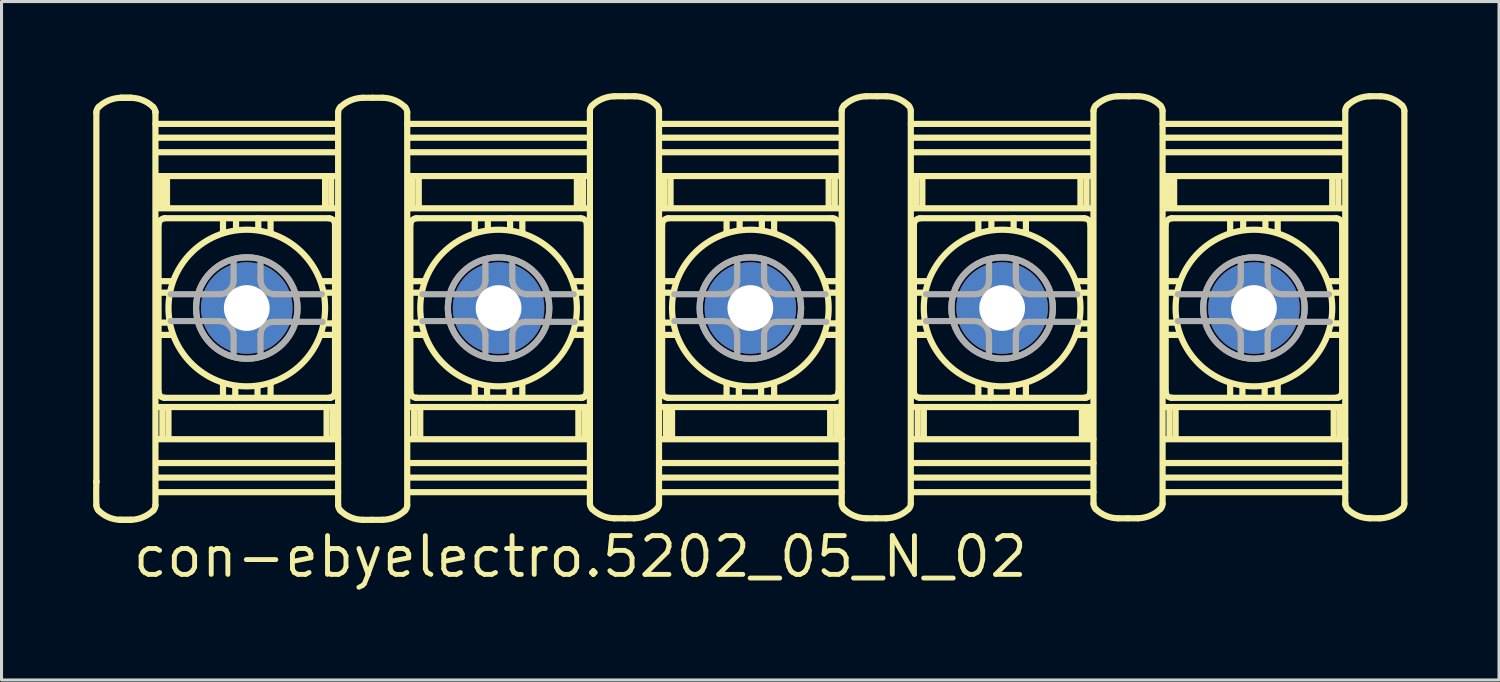
<source format=kicad_pcb>
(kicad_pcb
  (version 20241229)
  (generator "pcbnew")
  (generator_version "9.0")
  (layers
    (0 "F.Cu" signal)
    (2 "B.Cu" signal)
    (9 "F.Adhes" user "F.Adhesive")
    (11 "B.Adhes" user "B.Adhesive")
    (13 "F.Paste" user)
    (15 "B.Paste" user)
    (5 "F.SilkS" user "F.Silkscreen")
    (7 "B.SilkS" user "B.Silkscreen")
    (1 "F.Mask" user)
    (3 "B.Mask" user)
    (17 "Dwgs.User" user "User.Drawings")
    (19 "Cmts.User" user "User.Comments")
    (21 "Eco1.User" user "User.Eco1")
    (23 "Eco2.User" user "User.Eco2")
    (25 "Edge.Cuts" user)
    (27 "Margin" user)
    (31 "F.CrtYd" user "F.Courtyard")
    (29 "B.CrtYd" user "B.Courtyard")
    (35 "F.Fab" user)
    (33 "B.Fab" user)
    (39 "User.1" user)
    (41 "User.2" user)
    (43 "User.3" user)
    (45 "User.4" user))
  (footprint "con-ebyelectro.5202_05_N_02"
    (layer "F.Cu")
    (at 21.536 7.043)
    (property "Reference" "con-ebyelectro.5202_05_N_02" (at -20.31 8.89 0) (layer "F.SilkS") (effects (font (size 1.27 1.27) (thickness 0.16)) (justify left bottom)))
    (attr through_hole)
    (fp_line (start -21.429 -6.411) (end -21.429 5.682) (stroke (width 0.203) (type default)) (layer "F.SilkS"))
    (fp_line (start -21.429 5.682) (end -21.429 5.707) (stroke (width 0.203) (type default)) (layer "F.SilkS"))
    (fp_line (start -19.493 -6.411) (end -19.493 -6.436) (stroke (width 0.203) (type default)) (layer "F.SilkS"))
    (fp_line (start -19.493 6.461) (end -19.493 -6.411) (stroke (width 0.203) (type default)) (layer "F.SilkS"))
    (fp_line (start -19.467 3.243) (end -13.558 3.243) (stroke (width 0.203) (type default)) (layer "F.SilkS"))
    (fp_line (start -19.467 4.299) (end -13.508 4.299) (stroke (width 0.203) (type default)) (layer "F.SilkS"))
    (fp_line (start -19.467 5.079) (end -13.508 5.079) (stroke (width 0.203) (type default)) (layer "F.SilkS"))
    (fp_line (start -19.467 5.556) (end -13.533 5.556) (stroke (width 0.203) (type default)) (layer "F.SilkS"))
    (fp_line (start -19.467 6.034) (end -13.508 6.034) (stroke (width 0.203) (type default)) (layer "F.SilkS"))
    (fp_line (start -19.442 0.88) (end -18.939 0.88) (stroke (width 0.203) (type default)) (layer "F.SilkS"))
    (fp_line (start -19.391 -2.741) (end -19.391 2.74) (stroke (width 0.203) (type default)) (layer "F.SilkS"))
    (fp_line (start -19.366 -0.88) (end -18.939 -0.88) (stroke (width 0.203) (type default)) (layer "F.SilkS"))
    (fp_line (start -19.366 -0.503) (end -19.039 -0.503) (stroke (width 0.203) (type default)) (layer "F.SilkS"))
    (fp_line (start -19.366 0.478) (end -19.039 0.478) (stroke (width 0.203) (type default)) (layer "F.SilkS"))
    (fp_line (start -19.314 -3.319) (end -19.314 -4.299) (stroke (width 0.203) (type default)) (layer "F.SilkS"))
    (fp_line (start -19.266 3.268) (end -19.266 4.274) (stroke (width 0.203) (type default)) (layer "F.SilkS"))
    (fp_line (start -19.19 2.942) (end -19.19 2.942) (stroke (width 0.203) (type default)) (layer "F.SilkS"))
    (fp_line (start -19.19 2.942) (end -13.785 2.942) (stroke (width 0.203) (type default)) (layer "F.SilkS"))
    (fp_line (start -19.115 -3.294) (end -19.115 -4.274) (stroke (width 0.203) (type default)) (layer "F.SilkS"))
    (fp_line (start -19.066 3.293) (end -19.066 4.274) (stroke (width 0.203) (type default)) (layer "F.SilkS"))
    (fp_line (start -17.279 -2.464) (end -17.279 -2.917) (stroke (width 0.203) (type default)) (layer "F.SilkS"))
    (fp_line (start -17.279 2.917) (end -17.279 2.489) (stroke (width 0.203) (type default)) (layer "F.SilkS"))
    (fp_line (start -16.877 2.942) (end -16.877 2.564) (stroke (width 0.203) (type default)) (layer "F.SilkS"))
    (fp_line (start -16.852 -2.564) (end -16.852 -2.917) (stroke (width 0.203) (type default)) (layer "F.SilkS"))
    (fp_line (start -16.148 2.564) (end -16.148 2.917) (stroke (width 0.203) (type default)) (layer "F.SilkS"))
    (fp_line (start -16.123 -2.942) (end -16.123 -2.564) (stroke (width 0.203) (type default)) (layer "F.SilkS"))
    (fp_line (start -15.721 -2.917) (end -15.721 -2.489) (stroke (width 0.203) (type default)) (layer "F.SilkS"))
    (fp_line (start -15.721 2.464) (end -15.721 2.917) (stroke (width 0.203) (type default)) (layer "F.SilkS"))
    (fp_line (start -13.934 -3.319) (end -13.934 -4.274) (stroke (width 0.203) (type default)) (layer "F.SilkS"))
    (fp_line (start -13.885 3.294) (end -13.885 4.274) (stroke (width 0.203) (type default)) (layer "F.SilkS"))
    (fp_line (start -13.811 -2.942) (end -19.192 -2.942) (stroke (width 0.203) (type default)) (layer "F.SilkS"))
    (fp_line (start -13.734 -3.294) (end -13.734 -4.249) (stroke (width 0.203) (type default)) (layer "F.SilkS"))
    (fp_line (start -13.685 3.293) (end -13.685 4.274) (stroke (width 0.203) (type default)) (layer "F.SilkS"))
    (fp_line (start -13.634 -0.88) (end -14.061 -0.88) (stroke (width 0.203) (type default)) (layer "F.SilkS"))
    (fp_line (start -13.634 -0.503) (end -13.935 -0.503) (stroke (width 0.203) (type default)) (layer "F.SilkS"))
    (fp_line (start -13.634 0.503) (end -13.961 0.503) (stroke (width 0.203) (type default)) (layer "F.SilkS"))
    (fp_line (start -13.634 0.88) (end -14.061 0.88) (stroke (width 0.203) (type default)) (layer "F.SilkS"))
    (fp_line (start -13.609 2.766) (end -13.609 -2.74) (stroke (width 0.203) (type default)) (layer "F.SilkS"))
    (fp_line (start -13.557 -5.581) (end -19.465 -5.581) (stroke (width 0.203) (type default)) (layer "F.SilkS"))
    (fp_line (start -13.557 -5.104) (end -19.465 -5.104) (stroke (width 0.203) (type default)) (layer "F.SilkS"))
    (fp_line (start -13.557 -4.324) (end -19.465 -4.324) (stroke (width 0.203) (type default)) (layer "F.SilkS"))
    (fp_line (start -13.557 -3.268) (end -19.415 -3.268) (stroke (width 0.203) (type default)) (layer "F.SilkS"))
    (fp_line (start -13.533 -6.034) (end -19.492 -6.034) (stroke (width 0.203) (type default)) (layer "F.SilkS"))
    (fp_line (start -13.507 -6.411) (end -13.507 6.462) (stroke (width 0.203) (type default)) (layer "F.SilkS"))
    (fp_line (start -11.243 6.461) (end -11.243 -6.411) (stroke (width 0.203) (type default)) (layer "F.SilkS"))
    (fp_line (start -11.217 3.243) (end -5.308 3.243) (stroke (width 0.203) (type default)) (layer "F.SilkS"))
    (fp_line (start -11.217 4.299) (end -5.258 4.299) (stroke (width 0.203) (type default)) (layer "F.SilkS"))
    (fp_line (start -11.217 5.079) (end -5.258 5.079) (stroke (width 0.203) (type default)) (layer "F.SilkS"))
    (fp_line (start -11.217 5.556) (end -5.283 5.556) (stroke (width 0.203) (type default)) (layer "F.SilkS"))
    (fp_line (start -11.217 6.034) (end -5.258 6.034) (stroke (width 0.203) (type default)) (layer "F.SilkS"))
    (fp_line (start -11.192 0.88) (end -10.689 0.88) (stroke (width 0.203) (type default)) (layer "F.SilkS"))
    (fp_line (start -11.141 -2.741) (end -11.141 2.74) (stroke (width 0.203) (type default)) (layer "F.SilkS"))
    (fp_line (start -11.116 -0.88) (end -10.689 -0.88) (stroke (width 0.203) (type default)) (layer "F.SilkS"))
    (fp_line (start -11.116 -0.503) (end -10.789 -0.503) (stroke (width 0.203) (type default)) (layer "F.SilkS"))
    (fp_line (start -11.116 0.478) (end -10.789 0.478) (stroke (width 0.203) (type default)) (layer "F.SilkS"))
    (fp_line (start -11.065 -3.319) (end -11.065 -4.299) (stroke (width 0.203) (type default)) (layer "F.SilkS"))
    (fp_line (start -11.016 3.268) (end -11.016 4.274) (stroke (width 0.203) (type default)) (layer "F.SilkS"))
    (fp_line (start -10.94 2.942) (end -10.94 2.942) (stroke (width 0.203) (type default)) (layer "F.SilkS"))
    (fp_line (start -10.94 2.942) (end -5.535 2.942) (stroke (width 0.203) (type default)) (layer "F.SilkS"))
    (fp_line (start -10.865 -3.294) (end -10.865 -4.274) (stroke (width 0.203) (type default)) (layer "F.SilkS"))
    (fp_line (start -10.816 3.293) (end -10.816 4.274) (stroke (width 0.203) (type default)) (layer "F.SilkS"))
    (fp_line (start -9.029 -2.464) (end -9.029 -2.917) (stroke (width 0.203) (type default)) (layer "F.SilkS"))
    (fp_line (start -9.029 2.917) (end -9.029 2.489) (stroke (width 0.203) (type default)) (layer "F.SilkS"))
    (fp_line (start -8.627 2.942) (end -8.627 2.564) (stroke (width 0.203) (type default)) (layer "F.SilkS"))
    (fp_line (start -8.602 -2.564) (end -8.602 -2.917) (stroke (width 0.203) (type default)) (layer "F.SilkS"))
    (fp_line (start -7.898 2.564) (end -7.898 2.917) (stroke (width 0.203) (type default)) (layer "F.SilkS"))
    (fp_line (start -7.873 -2.942) (end -7.873 -2.564) (stroke (width 0.203) (type default)) (layer "F.SilkS"))
    (fp_line (start -7.471 -2.917) (end -7.471 -2.489) (stroke (width 0.203) (type default)) (layer "F.SilkS"))
    (fp_line (start -7.471 2.464) (end -7.471 2.917) (stroke (width 0.203) (type default)) (layer "F.SilkS"))
    (fp_line (start -5.684 -3.319) (end -5.684 -4.274) (stroke (width 0.203) (type default)) (layer "F.SilkS"))
    (fp_line (start -5.635 3.294) (end -5.635 4.274) (stroke (width 0.203) (type default)) (layer "F.SilkS"))
    (fp_line (start -5.561 -2.942) (end -10.942 -2.942) (stroke (width 0.203) (type default)) (layer "F.SilkS"))
    (fp_line (start -5.484 -3.294) (end -5.484 -4.249) (stroke (width 0.203) (type default)) (layer "F.SilkS"))
    (fp_line (start -5.436 3.293) (end -5.436 4.274) (stroke (width 0.203) (type default)) (layer "F.SilkS"))
    (fp_line (start -5.384 -0.88) (end -5.811 -0.88) (stroke (width 0.203) (type default)) (layer "F.SilkS"))
    (fp_line (start -5.384 -0.503) (end -5.686 -0.503) (stroke (width 0.203) (type default)) (layer "F.SilkS"))
    (fp_line (start -5.384 0.503) (end -5.711 0.503) (stroke (width 0.203) (type default)) (layer "F.SilkS"))
    (fp_line (start -5.384 0.88) (end -5.811 0.88) (stroke (width 0.203) (type default)) (layer "F.SilkS"))
    (fp_line (start -5.359 2.766) (end -5.359 -2.74) (stroke (width 0.203) (type default)) (layer "F.SilkS"))
    (fp_line (start -5.307 -5.581) (end -11.215 -5.581) (stroke (width 0.203) (type default)) (layer "F.SilkS"))
    (fp_line (start -5.307 -5.104) (end -11.215 -5.104) (stroke (width 0.203) (type default)) (layer "F.SilkS"))
    (fp_line (start -5.307 -4.324) (end -11.215 -4.324) (stroke (width 0.203) (type default)) (layer "F.SilkS"))
    (fp_line (start -5.307 -3.268) (end -11.165 -3.268) (stroke (width 0.203) (type default)) (layer "F.SilkS"))
    (fp_line (start -5.283 -6.034) (end -11.242 -6.034) (stroke (width 0.203) (type default)) (layer "F.SilkS"))
    (fp_line (start -5.257 -6.461) (end -5.257 6.411) (stroke (width 0.203) (type default)) (layer "F.SilkS"))
    (fp_line (start -2.993 6.411) (end -2.993 -6.462) (stroke (width 0.203) (type default)) (layer "F.SilkS"))
    (fp_line (start -2.967 3.243) (end 2.942 3.243) (stroke (width 0.203) (type default)) (layer "F.SilkS"))
    (fp_line (start -2.967 4.299) (end 2.992 4.299) (stroke (width 0.203) (type default)) (layer "F.SilkS"))
    (fp_line (start -2.967 5.079) (end 2.992 5.079) (stroke (width 0.203) (type default)) (layer "F.SilkS"))
    (fp_line (start -2.967 5.556) (end 2.967 5.556) (stroke (width 0.203) (type default)) (layer "F.SilkS"))
    (fp_line (start -2.967 6.034) (end 2.992 6.034) (stroke (width 0.203) (type default)) (layer "F.SilkS"))
    (fp_line (start -2.942 0.88) (end -2.439 0.88) (stroke (width 0.203) (type default)) (layer "F.SilkS"))
    (fp_line (start -2.891 -2.741) (end -2.891 2.74) (stroke (width 0.203) (type default)) (layer "F.SilkS"))
    (fp_line (start -2.866 -0.88) (end -2.439 -0.88) (stroke (width 0.203) (type default)) (layer "F.SilkS"))
    (fp_line (start -2.866 -0.503) (end -2.539 -0.503) (stroke (width 0.203) (type default)) (layer "F.SilkS"))
    (fp_line (start -2.866 0.478) (end -2.539 0.478) (stroke (width 0.203) (type default)) (layer "F.SilkS"))
    (fp_line (start -2.814 -3.319) (end -2.814 -4.299) (stroke (width 0.203) (type default)) (layer "F.SilkS"))
    (fp_line (start -2.766 3.268) (end -2.766 4.274) (stroke (width 0.203) (type default)) (layer "F.SilkS"))
    (fp_line (start -2.69 2.942) (end -2.69 2.942) (stroke (width 0.203) (type default)) (layer "F.SilkS"))
    (fp_line (start -2.69 2.942) (end 2.715 2.942) (stroke (width 0.203) (type default)) (layer "F.SilkS"))
    (fp_line (start -2.615 -3.294) (end -2.615 -4.274) (stroke (width 0.203) (type default)) (layer "F.SilkS"))
    (fp_line (start -2.566 3.293) (end -2.566 4.274) (stroke (width 0.203) (type default)) (layer "F.SilkS"))
    (fp_line (start -0.779 -2.464) (end -0.779 -2.917) (stroke (width 0.203) (type default)) (layer "F.SilkS"))
    (fp_line (start -0.779 2.917) (end -0.779 2.489) (stroke (width 0.203) (type default)) (layer "F.SilkS"))
    (fp_line (start -0.377 2.942) (end -0.377 2.564) (stroke (width 0.203) (type default)) (layer "F.SilkS"))
    (fp_line (start -0.352 -2.564) (end -0.352 -2.917) (stroke (width 0.203) (type default)) (layer "F.SilkS"))
    (fp_line (start 0.352 2.564) (end 0.352 2.917) (stroke (width 0.203) (type default)) (layer "F.SilkS"))
    (fp_line (start 0.377 -2.942) (end 0.377 -2.564) (stroke (width 0.203) (type default)) (layer "F.SilkS"))
    (fp_line (start 0.779 -2.917) (end 0.779 -2.489) (stroke (width 0.203) (type default)) (layer "F.SilkS"))
    (fp_line (start 0.779 2.464) (end 0.779 2.917) (stroke (width 0.203) (type default)) (layer "F.SilkS"))
    (fp_line (start 2.566 -3.319) (end 2.566 -4.274) (stroke (width 0.203) (type default)) (layer "F.SilkS"))
    (fp_line (start 2.615 3.294) (end 2.615 4.274) (stroke (width 0.203) (type default)) (layer "F.SilkS"))
    (fp_line (start 2.689 -2.942) (end -2.692 -2.942) (stroke (width 0.203) (type default)) (layer "F.SilkS"))
    (fp_line (start 2.766 -3.294) (end 2.766 -4.249) (stroke (width 0.203) (type default)) (layer "F.SilkS"))
    (fp_line (start 2.814 3.293) (end 2.814 4.274) (stroke (width 0.203) (type default)) (layer "F.SilkS"))
    (fp_line (start 2.866 -0.88) (end 2.439 -0.88) (stroke (width 0.203) (type default)) (layer "F.SilkS"))
    (fp_line (start 2.866 -0.503) (end 2.564 -0.503) (stroke (width 0.203) (type default)) (layer "F.SilkS"))
    (fp_line (start 2.866 0.503) (end 2.539 0.503) (stroke (width 0.203) (type default)) (layer "F.SilkS"))
    (fp_line (start 2.866 0.88) (end 2.439 0.88) (stroke (width 0.203) (type default)) (layer "F.SilkS"))
    (fp_line (start 2.891 2.766) (end 2.891 -2.74) (stroke (width 0.203) (type default)) (layer "F.SilkS"))
    (fp_line (start 2.943 -5.581) (end -2.965 -5.581) (stroke (width 0.203) (type default)) (layer "F.SilkS"))
    (fp_line (start 2.943 -5.104) (end -2.965 -5.104) (stroke (width 0.203) (type default)) (layer "F.SilkS"))
    (fp_line (start 2.943 -4.324) (end -2.965 -4.324) (stroke (width 0.203) (type default)) (layer "F.SilkS"))
    (fp_line (start 2.943 -3.268) (end -2.915 -3.268) (stroke (width 0.203) (type default)) (layer "F.SilkS"))
    (fp_line (start 2.967 -6.034) (end -2.992 -6.034) (stroke (width 0.203) (type default)) (layer "F.SilkS"))
    (fp_line (start 2.993 -6.461) (end 2.993 6.411) (stroke (width 0.203) (type default)) (layer "F.SilkS"))
    (fp_line (start 5.257 6.411) (end 5.257 -6.462) (stroke (width 0.203) (type default)) (layer "F.SilkS"))
    (fp_line (start 5.283 3.243) (end 11.192 3.243) (stroke (width 0.203) (type default)) (layer "F.SilkS"))
    (fp_line (start 5.283 4.299) (end 11.242 4.299) (stroke (width 0.203) (type default)) (layer "F.SilkS"))
    (fp_line (start 5.283 5.079) (end 11.242 5.079) (stroke (width 0.203) (type default)) (layer "F.SilkS"))
    (fp_line (start 5.283 5.556) (end 11.217 5.556) (stroke (width 0.203) (type default)) (layer "F.SilkS"))
    (fp_line (start 5.283 6.034) (end 11.242 6.034) (stroke (width 0.203) (type default)) (layer "F.SilkS"))
    (fp_line (start 5.308 0.88) (end 5.811 0.88) (stroke (width 0.203) (type default)) (layer "F.SilkS"))
    (fp_line (start 5.359 -2.741) (end 5.359 2.74) (stroke (width 0.203) (type default)) (layer "F.SilkS"))
    (fp_line (start 5.384 -0.88) (end 5.811 -0.88) (stroke (width 0.203) (type default)) (layer "F.SilkS"))
    (fp_line (start 5.384 -0.503) (end 5.711 -0.503) (stroke (width 0.203) (type default)) (layer "F.SilkS"))
    (fp_line (start 5.384 0.478) (end 5.711 0.478) (stroke (width 0.203) (type default)) (layer "F.SilkS"))
    (fp_line (start 5.436 -3.319) (end 5.436 -4.299) (stroke (width 0.203) (type default)) (layer "F.SilkS"))
    (fp_line (start 5.484 3.268) (end 5.484 4.274) (stroke (width 0.203) (type default)) (layer "F.SilkS"))
    (fp_line (start 5.56 2.942) (end 5.56 2.942) (stroke (width 0.203) (type default)) (layer "F.SilkS"))
    (fp_line (start 5.56 2.942) (end 10.965 2.942) (stroke (width 0.203) (type default)) (layer "F.SilkS"))
    (fp_line (start 5.635 -3.294) (end 5.635 -4.274) (stroke (width 0.203) (type default)) (layer "F.SilkS"))
    (fp_line (start 5.684 3.293) (end 5.684 4.274) (stroke (width 0.203) (type default)) (layer "F.SilkS"))
    (fp_line (start 7.471 -2.464) (end 7.471 -2.917) (stroke (width 0.203) (type default)) (layer "F.SilkS"))
    (fp_line (start 7.471 2.917) (end 7.471 2.489) (stroke (width 0.203) (type default)) (layer "F.SilkS"))
    (fp_line (start 7.873 2.942) (end 7.873 2.564) (stroke (width 0.203) (type default)) (layer "F.SilkS"))
    (fp_line (start 7.898 -2.564) (end 7.898 -2.917) (stroke (width 0.203) (type default)) (layer "F.SilkS"))
    (fp_line (start 8.602 2.564) (end 8.602 2.917) (stroke (width 0.203) (type default)) (layer "F.SilkS"))
    (fp_line (start 8.627 -2.942) (end 8.627 -2.564) (stroke (width 0.203) (type default)) (layer "F.SilkS"))
    (fp_line (start 9.029 -2.917) (end 9.029 -2.489) (stroke (width 0.203) (type default)) (layer "F.SilkS"))
    (fp_line (start 9.029 2.464) (end 9.029 2.917) (stroke (width 0.203) (type default)) (layer "F.SilkS"))
    (fp_line (start 10.816 -3.319) (end 10.816 -4.274) (stroke (width 0.203) (type default)) (layer "F.SilkS"))
    (fp_line (start 10.865 3.294) (end 10.865 4.274) (stroke (width 0.203) (type default)) (layer "F.SilkS"))
    (fp_line (start 10.939 -2.942) (end 5.558 -2.942) (stroke (width 0.203) (type default)) (layer "F.SilkS"))
    (fp_line (start 11.016 -3.294) (end 11.016 -4.249) (stroke (width 0.203) (type default)) (layer "F.SilkS"))
    (fp_line (start 11.065 3.293) (end 11.065 4.274) (stroke (width 0.203) (type default)) (layer "F.SilkS"))
    (fp_line (start 11.116 -0.88) (end 10.689 -0.88) (stroke (width 0.203) (type default)) (layer "F.SilkS"))
    (fp_line (start 11.116 -0.503) (end 10.815 -0.503) (stroke (width 0.203) (type default)) (layer "F.SilkS"))
    (fp_line (start 11.116 0.503) (end 10.789 0.503) (stroke (width 0.203) (type default)) (layer "F.SilkS"))
    (fp_line (start 11.116 0.88) (end 10.689 0.88) (stroke (width 0.203) (type default)) (layer "F.SilkS"))
    (fp_line (start 11.141 2.766) (end 11.141 -2.74) (stroke (width 0.203) (type default)) (layer "F.SilkS"))
    (fp_line (start 11.193 -5.581) (end 5.285 -5.581) (stroke (width 0.203) (type default)) (layer "F.SilkS"))
    (fp_line (start 11.193 -5.104) (end 5.285 -5.104) (stroke (width 0.203) (type default)) (layer "F.SilkS"))
    (fp_line (start 11.193 -4.324) (end 5.285 -4.324) (stroke (width 0.203) (type default)) (layer "F.SilkS"))
    (fp_line (start 11.193 -3.268) (end 5.335 -3.268) (stroke (width 0.203) (type default)) (layer "F.SilkS"))
    (fp_line (start 11.217 -6.034) (end 5.258 -6.034) (stroke (width 0.203) (type default)) (layer "F.SilkS"))
    (fp_line (start 11.243 -6.461) (end 11.243 6.411) (stroke (width 0.203) (type default)) (layer "F.SilkS"))
    (fp_line (start 13.507 6.411) (end 13.507 -6.462) (stroke (width 0.203) (type default)) (layer "F.SilkS"))
    (fp_line (start 13.533 3.243) (end 19.442 3.243) (stroke (width 0.203) (type default)) (layer "F.SilkS"))
    (fp_line (start 13.533 4.299) (end 19.492 4.299) (stroke (width 0.203) (type default)) (layer "F.SilkS"))
    (fp_line (start 13.533 5.079) (end 19.492 5.079) (stroke (width 0.203) (type default)) (layer "F.SilkS"))
    (fp_line (start 13.533 5.556) (end 19.467 5.556) (stroke (width 0.203) (type default)) (layer "F.SilkS"))
    (fp_line (start 13.533 6.034) (end 19.492 6.034) (stroke (width 0.203) (type default)) (layer "F.SilkS"))
    (fp_line (start 13.558 0.88) (end 14.061 0.88) (stroke (width 0.203) (type default)) (layer "F.SilkS"))
    (fp_line (start 13.609 -2.741) (end 13.609 2.74) (stroke (width 0.203) (type default)) (layer "F.SilkS"))
    (fp_line (start 13.634 -0.88) (end 14.061 -0.88) (stroke (width 0.203) (type default)) (layer "F.SilkS"))
    (fp_line (start 13.634 -0.503) (end 13.961 -0.503) (stroke (width 0.203) (type default)) (layer "F.SilkS"))
    (fp_line (start 13.634 0.478) (end 13.961 0.478) (stroke (width 0.203) (type default)) (layer "F.SilkS"))
    (fp_line (start 13.685 -3.319) (end 13.685 -4.299) (stroke (width 0.203) (type default)) (layer "F.SilkS"))
    (fp_line (start 13.734 3.268) (end 13.734 4.274) (stroke (width 0.203) (type default)) (layer "F.SilkS"))
    (fp_line (start 13.81 2.942) (end 13.81 2.942) (stroke (width 0.203) (type default)) (layer "F.SilkS"))
    (fp_line (start 13.81 2.942) (end 19.215 2.942) (stroke (width 0.203) (type default)) (layer "F.SilkS"))
    (fp_line (start 13.885 -3.294) (end 13.885 -4.274) (stroke (width 0.203) (type default)) (layer "F.SilkS"))
    (fp_line (start 13.934 3.293) (end 13.934 4.274) (stroke (width 0.203) (type default)) (layer "F.SilkS"))
    (fp_line (start 15.721 -2.464) (end 15.721 -2.917) (stroke (width 0.203) (type default)) (layer "F.SilkS"))
    (fp_line (start 15.721 2.917) (end 15.721 2.489) (stroke (width 0.203) (type default)) (layer "F.SilkS"))
    (fp_line (start 16.123 2.942) (end 16.123 2.564) (stroke (width 0.203) (type default)) (layer "F.SilkS"))
    (fp_line (start 16.148 -2.564) (end 16.148 -2.917) (stroke (width 0.203) (type default)) (layer "F.SilkS"))
    (fp_line (start 16.852 2.564) (end 16.852 2.917) (stroke (width 0.203) (type default)) (layer "F.SilkS"))
    (fp_line (start 16.877 -2.942) (end 16.877 -2.564) (stroke (width 0.203) (type default)) (layer "F.SilkS"))
    (fp_line (start 17.279 -2.917) (end 17.279 -2.489) (stroke (width 0.203) (type default)) (layer "F.SilkS"))
    (fp_line (start 17.279 2.464) (end 17.279 2.917) (stroke (width 0.203) (type default)) (layer "F.SilkS"))
    (fp_line (start 19.066 -3.319) (end 19.066 -4.274) (stroke (width 0.203) (type default)) (layer "F.SilkS"))
    (fp_line (start 19.115 3.294) (end 19.115 4.274) (stroke (width 0.203) (type default)) (layer "F.SilkS"))
    (fp_line (start 19.189 -2.942) (end 13.808 -2.942) (stroke (width 0.203) (type default)) (layer "F.SilkS"))
    (fp_line (start 19.266 -3.294) (end 19.266 -4.249) (stroke (width 0.203) (type default)) (layer "F.SilkS"))
    (fp_line (start 19.314 3.293) (end 19.314 4.274) (stroke (width 0.203) (type default)) (layer "F.SilkS"))
    (fp_line (start 19.366 -0.88) (end 18.939 -0.88) (stroke (width 0.203) (type default)) (layer "F.SilkS"))
    (fp_line (start 19.366 -0.503) (end 19.064 -0.503) (stroke (width 0.203) (type default)) (layer "F.SilkS"))
    (fp_line (start 19.366 0.503) (end 19.039 0.503) (stroke (width 0.203) (type default)) (layer "F.SilkS"))
    (fp_line (start 19.366 0.88) (end 18.939 0.88) (stroke (width 0.203) (type default)) (layer "F.SilkS"))
    (fp_line (start 19.391 2.766) (end 19.391 -2.74) (stroke (width 0.203) (type default)) (layer "F.SilkS"))
    (fp_line (start 19.443 -5.581) (end 13.535 -5.581) (stroke (width 0.203) (type default)) (layer "F.SilkS"))
    (fp_line (start 19.443 -5.104) (end 13.535 -5.104) (stroke (width 0.203) (type default)) (layer "F.SilkS"))
    (fp_line (start 19.443 -4.324) (end 13.535 -4.324) (stroke (width 0.203) (type default)) (layer "F.SilkS"))
    (fp_line (start 19.443 -3.268) (end 13.585 -3.268) (stroke (width 0.203) (type default)) (layer "F.SilkS"))
    (fp_line (start 19.467 -6.034) (end 13.508 -6.034) (stroke (width 0.203) (type default)) (layer "F.SilkS"))
    (fp_line (start 19.493 -6.461) (end 19.493 6.411) (stroke (width 0.203) (type default)) (layer "F.SilkS"))
    (fp_line (start 19.493 6.411) (end 19.493 6.436) (stroke (width 0.203) (type default)) (layer "F.SilkS"))
    (fp_line (start 21.429 6.411) (end 21.429 -6.461) (stroke (width 0.203) (type default)) (layer "F.SilkS"))
    (fp_arc (start -21.4293 -6.4114) (mid -21.40964 -6.507115) (end -21.3538 -6.5873) (stroke (width 0.2032) (type default)) (layer "F.SilkS"))
    (fp_arc (start -21.4293 6.4614) (mid -21.434282 6.0717) (end -21.4293 5.682) (stroke (width 0.2032) (type default)) (layer "F.SilkS"))
    (fp_arc (start -21.3538 -6.5873) (mid -21.017278 -6.805911) (end -20.6247 -6.8891) (stroke (width 0.2032) (type default)) (layer "F.SilkS"))
    (fp_arc (start -21.3538 6.6373) (mid -21.408454 6.556605) (end -21.4293 6.4614) (stroke (width 0.2032) (type default)) (layer "F.SilkS"))
    (fp_arc (start -20.6499 6.9391) (mid -21.030904 6.855963) (end -21.3538 6.6373) (stroke (width 0.2032) (type default)) (layer "F.SilkS"))
    (fp_arc (start -20.6247 -6.8891) (mid -20.46125 -6.891161) (end -20.2978 -6.8891) (stroke (width 0.2032) (type default)) (layer "F.SilkS"))
    (fp_arc (start -20.6247 -6.8891) (mid -20.46125 -6.891161) (end -20.2978 -6.8891) (stroke (width 0.2032) (type default)) (layer "F.SilkS"))
    (fp_arc (start -20.2979 6.9391) (mid -20.4739 6.94132) (end -20.6499 6.9391) (stroke (width 0.2032) (type default)) (layer "F.SilkS"))
    (fp_arc (start -20.2979 6.9391) (mid -20.4739 6.94132) (end -20.6499 6.9391) (stroke (width 0.2032) (type default)) (layer "F.SilkS"))
    (fp_arc (start -20.2978 -6.8891) (mid -19.90425 -6.808371) (end -19.5688 -6.5873) (stroke (width 0.2032) (type default)) (layer "F.SilkS"))
    (fp_arc (start -19.5688 -6.5873) (mid -19.514146 -6.506605) (end -19.4933 -6.4114) (stroke (width 0.2032) (type default)) (layer "F.SilkS"))
    (fp_arc (start -19.5688 6.6373) (mid -19.905328 6.855897) (end -20.2979 6.9391) (stroke (width 0.2032) (type default)) (layer "F.SilkS"))
    (fp_arc (start -19.4933 6.4614) (mid -19.51296 6.557115) (end -19.5688 6.6373) (stroke (width 0.2032) (type default)) (layer "F.SilkS"))
    (fp_arc (start -19.3913 -2.7406) (mid -19.329503 -2.878969) (end -19.1916 -2.9418) (stroke (width 0.2032) (type default)) (layer "F.SilkS"))
    (fp_arc (start -19.1901 2.9416) (mid -19.33237 2.88267) (end -19.3913 2.7404) (stroke (width 0.2032) (type default)) (layer "F.SilkS"))
    (fp_arc (start -13.8099 -2.9417) (mid -13.66763 -2.88277) (end -13.6087 -2.7405) (stroke (width 0.2032) (type default)) (layer "F.SilkS"))
    (fp_arc (start -13.6087 2.7657) (mid -13.66022 2.89008) (end -13.7846 2.9416) (stroke (width 0.2032) (type default)) (layer "F.SilkS"))
    (fp_arc (start -13.6072 2.7406) (mid -13.66613 2.88287) (end -13.8084 2.9418) (stroke (width 0.2032) (type default)) (layer "F.SilkS"))
    (fp_arc (start -13.5067 -6.4111) (mid -13.48704 -6.506815) (end -13.4312 -6.587) (stroke (width 0.2032) (type default)) (layer "F.SilkS"))
    (fp_arc (start -13.4312 -6.587) (mid -13.094672 -6.805597) (end -12.7021 -6.8888) (stroke (width 0.2032) (type default)) (layer "F.SilkS"))
    (fp_arc (start -13.4312 6.6376) (mid -13.485854 6.556905) (end -13.5067 6.4617) (stroke (width 0.2032) (type default)) (layer "F.SilkS"))
    (fp_arc (start -12.7022 6.9394) (mid -13.09575 6.858671) (end -13.4312 6.6376) (stroke (width 0.2032) (type default)) (layer "F.SilkS"))
    (fp_arc (start -12.7021 -6.8888) (mid -12.539401 -6.890883) (end -12.3767 -6.8889) (stroke (width 0.2032) (type default)) (layer "F.SilkS"))
    (fp_arc (start -12.4019 6.9392) (mid -12.552049 6.941177) (end -12.7022 6.9394) (stroke (width 0.2032) (type default)) (layer "F.SilkS"))
    (fp_arc (start -12.3767 -6.8889) (mid -12.212251 -6.891055) (end -12.0478 -6.8891) (stroke (width 0.2032) (type default)) (layer "F.SilkS"))
    (fp_arc (start -12.0479 6.9391) (mid -12.224899 6.941362) (end -12.4019 6.9392) (stroke (width 0.2032) (type default)) (layer "F.SilkS"))
    (fp_arc (start -12.0478 -6.8891) (mid -11.65425 -6.808371) (end -11.3188 -6.5873) (stroke (width 0.2032) (type default)) (layer "F.SilkS"))
    (fp_arc (start -11.3188 -6.5873) (mid -11.264146 -6.506605) (end -11.2433 -6.4114) (stroke (width 0.2032) (type default)) (layer "F.SilkS"))
    (fp_arc (start -11.3188 6.6373) (mid -11.655328 6.855897) (end -12.0479 6.9391) (stroke (width 0.2032) (type default)) (layer "F.SilkS"))
    (fp_arc (start -11.2433 6.4614) (mid -11.26296 6.557115) (end -11.3188 6.6373) (stroke (width 0.2032) (type default)) (layer "F.SilkS"))
    (fp_arc (start -11.1413 -2.7406) (mid -11.079503 -2.878969) (end -10.9416 -2.9418) (stroke (width 0.2032) (type default)) (layer "F.SilkS"))
    (fp_arc (start -10.9401 2.9416) (mid -11.08237 2.88267) (end -11.1413 2.7404) (stroke (width 0.2032) (type default)) (layer "F.SilkS"))
    (fp_arc (start -5.5599 -2.9417) (mid -5.41763 -2.88277) (end -5.3587 -2.7405) (stroke (width 0.2032) (type default)) (layer "F.SilkS"))
    (fp_arc (start -5.3587 2.7657) (mid -5.41022 2.89008) (end -5.5346 2.9416) (stroke (width 0.2032) (type default)) (layer "F.SilkS"))
    (fp_arc (start -5.3572 2.7406) (mid -5.41613 2.88287) (end -5.5584 2.9418) (stroke (width 0.2032) (type default)) (layer "F.SilkS"))
    (fp_arc (start -5.2567 -6.4614) (mid -5.23704 -6.557115) (end -5.1812 -6.6373) (stroke (width 0.2032) (type default)) (layer "F.SilkS"))
    (fp_arc (start -5.1812 -6.6373) (mid -4.844672 -6.855897) (end -4.4521 -6.9391) (stroke (width 0.2032) (type default)) (layer "F.SilkS"))
    (fp_arc (start -5.1812 6.5873) (mid -5.235854 6.506605) (end -5.2567 6.4114) (stroke (width 0.2032) (type default)) (layer "F.SilkS"))
    (fp_arc (start -4.4522 6.8891) (mid -4.84575 6.808371) (end -5.1812 6.5873) (stroke (width 0.2032) (type default)) (layer "F.SilkS"))
    (fp_arc (start -4.4521 -6.9391) (mid -4.275101 -6.941362) (end -4.0981 -6.9392) (stroke (width 0.2032) (type default)) (layer "F.SilkS"))
    (fp_arc (start -4.1233 6.8889) (mid -4.287749 6.891055) (end -4.4522 6.8891) (stroke (width 0.2032) (type default)) (layer "F.SilkS"))
    (fp_arc (start -4.0981 -6.9392) (mid -3.947951 -6.941177) (end -3.7978 -6.9394) (stroke (width 0.2032) (type default)) (layer "F.SilkS"))
    (fp_arc (start -3.7979 6.8888) (mid -3.960599 6.890883) (end -4.1233 6.8889) (stroke (width 0.2032) (type default)) (layer "F.SilkS"))
    (fp_arc (start -3.7978 -6.9394) (mid -3.40425 -6.858671) (end -3.0688 -6.6376) (stroke (width 0.2032) (type default)) (layer "F.SilkS"))
    (fp_arc (start -3.0688 -6.6376) (mid -3.014146 -6.556905) (end -2.9933 -6.4617) (stroke (width 0.2032) (type default)) (layer "F.SilkS"))
    (fp_arc (start -3.0688 6.587) (mid -3.405328 6.805597) (end -3.7979 6.8888) (stroke (width 0.2032) (type default)) (layer "F.SilkS"))
    (fp_arc (start -2.9933 6.4111) (mid -3.01296 6.506815) (end -3.0688 6.587) (stroke (width 0.2032) (type default)) (layer "F.SilkS"))
    (fp_arc (start -2.8913 -2.7406) (mid -2.829503 -2.878969) (end -2.6916 -2.9418) (stroke (width 0.2032) (type default)) (layer "F.SilkS"))
    (fp_arc (start -2.6901 2.9416) (mid -2.83237 2.88267) (end -2.8913 2.7404) (stroke (width 0.2032) (type default)) (layer "F.SilkS"))
    (fp_arc (start 2.6901 -2.9417) (mid 2.83237 -2.88277) (end 2.8913 -2.7405) (stroke (width 0.2032) (type default)) (layer "F.SilkS"))
    (fp_arc (start 2.8913 2.7657) (mid 2.83978 2.89008) (end 2.7154 2.9416) (stroke (width 0.2032) (type default)) (layer "F.SilkS"))
    (fp_arc (start 2.8928 2.7406) (mid 2.83387 2.88287) (end 2.6916 2.9418) (stroke (width 0.2032) (type default)) (layer "F.SilkS"))
    (fp_arc (start 2.9933 -6.4614) (mid 3.01296 -6.557115) (end 3.0688 -6.6373) (stroke (width 0.2032) (type default)) (layer "F.SilkS"))
    (fp_arc (start 3.0688 -6.6373) (mid 3.405328 -6.855897) (end 3.7979 -6.9391) (stroke (width 0.2032) (type default)) (layer "F.SilkS"))
    (fp_arc (start 3.0688 6.5873) (mid 3.014146 6.506605) (end 2.9933 6.4114) (stroke (width 0.2032) (type default)) (layer "F.SilkS"))
    (fp_arc (start 3.7978 6.8891) (mid 3.40425 6.808371) (end 3.0688 6.5873) (stroke (width 0.2032) (type default)) (layer "F.SilkS"))
    (fp_arc (start 3.7979 -6.9391) (mid 3.974899 -6.941362) (end 4.1519 -6.9392) (stroke (width 0.2032) (type default)) (layer "F.SilkS"))
    (fp_arc (start 4.1267 6.8889) (mid 3.962251 6.891055) (end 3.7978 6.8891) (stroke (width 0.2032) (type default)) (layer "F.SilkS"))
    (fp_arc (start 4.1519 -6.9392) (mid 4.302049 -6.941177) (end 4.4522 -6.9394) (stroke (width 0.2032) (type default)) (layer "F.SilkS"))
    (fp_arc (start 4.4521 6.8888) (mid 4.289401 6.890883) (end 4.1267 6.8889) (stroke (width 0.2032) (type default)) (layer "F.SilkS"))
    (fp_arc (start 4.4522 -6.9394) (mid 4.84575 -6.858671) (end 5.1812 -6.6376) (stroke (width 0.2032) (type default)) (layer "F.SilkS"))
    (fp_arc (start 5.1812 -6.6376) (mid 5.235854 -6.556905) (end 5.2567 -6.4617) (stroke (width 0.2032) (type default)) (layer "F.SilkS"))
    (fp_arc (start 5.1812 6.587) (mid 4.844672 6.805597) (end 4.4521 6.8888) (stroke (width 0.2032) (type default)) (layer "F.SilkS"))
    (fp_arc (start 5.2567 6.4111) (mid 5.23704 6.506815) (end 5.1812 6.587) (stroke (width 0.2032) (type default)) (layer "F.SilkS"))
    (fp_arc (start 5.3587 -2.7406) (mid 5.420497 -2.878969) (end 5.5584 -2.9418) (stroke (width 0.2032) (type default)) (layer "F.SilkS"))
    (fp_arc (start 5.5599 2.9416) (mid 5.41763 2.88267) (end 5.3587 2.7404) (stroke (width 0.2032) (type default)) (layer "F.SilkS"))
    (fp_arc (start 10.9401 -2.9417) (mid 11.08237 -2.88277) (end 11.1413 -2.7405) (stroke (width 0.2032) (type default)) (layer "F.SilkS"))
    (fp_arc (start 11.1413 2.7657) (mid 11.08978 2.89008) (end 10.9654 2.9416) (stroke (width 0.2032) (type default)) (layer "F.SilkS"))
    (fp_arc (start 11.1428 2.7406) (mid 11.08387 2.88287) (end 10.9416 2.9418) (stroke (width 0.2032) (type default)) (layer "F.SilkS"))
    (fp_arc (start 11.2433 -6.4614) (mid 11.26296 -6.557115) (end 11.3188 -6.6373) (stroke (width 0.2032) (type default)) (layer "F.SilkS"))
    (fp_arc (start 11.3188 -6.6373) (mid 11.655328 -6.855897) (end 12.0479 -6.9391) (stroke (width 0.2032) (type default)) (layer "F.SilkS"))
    (fp_arc (start 11.3188 6.5873) (mid 11.264146 6.506605) (end 11.2433 6.4114) (stroke (width 0.2032) (type default)) (layer "F.SilkS"))
    (fp_arc (start 12.0478 6.8891) (mid 11.65425 6.808371) (end 11.3188 6.5873) (stroke (width 0.2032) (type default)) (layer "F.SilkS"))
    (fp_arc (start 12.0479 -6.9391) (mid 12.224899 -6.941362) (end 12.4019 -6.9392) (stroke (width 0.2032) (type default)) (layer "F.SilkS"))
    (fp_arc (start 12.3767 6.8889) (mid 12.212251 6.891055) (end 12.0478 6.8891) (stroke (width 0.2032) (type default)) (layer "F.SilkS"))
    (fp_arc (start 12.4019 -6.9392) (mid 12.552049 -6.941177) (end 12.7022 -6.9394) (stroke (width 0.2032) (type default)) (layer "F.SilkS"))
    (fp_arc (start 12.7021 6.8888) (mid 12.539401 6.890883) (end 12.3767 6.8889) (stroke (width 0.2032) (type default)) (layer "F.SilkS"))
    (fp_arc (start 12.7022 -6.9394) (mid 13.09575 -6.858671) (end 13.4312 -6.6376) (stroke (width 0.2032) (type default)) (layer "F.SilkS"))
    (fp_arc (start 13.4312 -6.6376) (mid 13.485854 -6.556905) (end 13.5067 -6.4617) (stroke (width 0.2032) (type default)) (layer "F.SilkS"))
    (fp_arc (start 13.4312 6.587) (mid 13.094672 6.805597) (end 12.7021 6.8888) (stroke (width 0.2032) (type default)) (layer "F.SilkS"))
    (fp_arc (start 13.5067 6.4111) (mid 13.48704 6.506815) (end 13.4312 6.587) (stroke (width 0.2032) (type default)) (layer "F.SilkS"))
    (fp_arc (start 13.6087 -2.7406) (mid 13.670497 -2.878969) (end 13.8084 -2.9418) (stroke (width 0.2032) (type default)) (layer "F.SilkS"))
    (fp_arc (start 13.8099 2.9416) (mid 13.66763 2.88267) (end 13.6087 2.7404) (stroke (width 0.2032) (type default)) (layer "F.SilkS"))
    (fp_arc (start 19.1901 -2.9417) (mid 19.33237 -2.88277) (end 19.3913 -2.7405) (stroke (width 0.2032) (type default)) (layer "F.SilkS"))
    (fp_arc (start 19.3913 2.7657) (mid 19.33978 2.89008) (end 19.2154 2.9416) (stroke (width 0.2032) (type default)) (layer "F.SilkS"))
    (fp_arc (start 19.3928 2.7406) (mid 19.33387 2.88287) (end 19.1916 2.9418) (stroke (width 0.2032) (type default)) (layer "F.SilkS"))
    (fp_arc (start 19.4933 -6.4614) (mid 19.51296 -6.557115) (end 19.5688 -6.6373) (stroke (width 0.2032) (type default)) (layer "F.SilkS"))
    (fp_arc (start 19.5688 -6.6373) (mid 19.905328 -6.855897) (end 20.2979 -6.9391) (stroke (width 0.2032) (type default)) (layer "F.SilkS"))
    (fp_arc (start 19.5688 6.5873) (mid 19.514146 6.506605) (end 19.4933 6.4114) (stroke (width 0.2032) (type default)) (layer "F.SilkS"))
    (fp_arc (start 20.2978 6.8891) (mid 19.90425 6.808371) (end 19.5688 6.5873) (stroke (width 0.2032) (type default)) (layer "F.SilkS"))
    (fp_arc (start 20.2979 -6.9391) (mid 20.4739 -6.94132) (end 20.6499 -6.9391) (stroke (width 0.2032) (type default)) (layer "F.SilkS"))
    (fp_arc (start 20.6247 6.8891) (mid 20.46125 6.891161) (end 20.2978 6.8891) (stroke (width 0.2032) (type default)) (layer "F.SilkS"))
    (fp_arc (start 20.6499 -6.9391) (mid 21.030904 -6.855963) (end 21.3538 -6.6373) (stroke (width 0.2032) (type default)) (layer "F.SilkS"))
    (fp_arc (start 21.3538 -6.6373) (mid 21.408454 -6.556605) (end 21.4293 -6.4614) (stroke (width 0.2032) (type default)) (layer "F.SilkS"))
    (fp_arc (start 21.3538 6.5873) (mid 21.017278 6.805911) (end 20.6247 6.8891) (stroke (width 0.2032) (type default)) (layer "F.SilkS"))
    (fp_arc (start 21.4293 6.4114) (mid 21.40964 6.507115) (end 21.3538 6.5873) (stroke (width 0.2032) (type default)) (layer "F.SilkS"))
    (fp_circle (center -16.5 0) (end -13.934 0) (stroke (width 0.203) (type default)) (fill no) (layer "F.SilkS"))
    (fp_circle (center -8.25 0) (end -5.684 0) (stroke (width 0.203) (type default)) (fill no) (layer "F.SilkS"))
    (fp_circle (center 0 0) (end 2.566 0) (stroke (width 0.203) (type default)) (fill no) (layer "F.SilkS"))
    (fp_circle (center 8.25 0) (end 10.816 0) (stroke (width 0.203) (type default)) (fill no) (layer "F.SilkS"))
    (fp_circle (center 16.5 0) (end 19.066 0) (stroke (width 0.203) (type default)) (fill no) (layer "F.SilkS"))
    (fp_line (start -18.992 -0.453) (end -17.383 -0.453) (stroke (width 0.203) (type default)) (layer "F.Fab"))
    (fp_line (start -18.992 0.427) (end -17.409 0.427) (stroke (width 0.203) (type default)) (layer "F.Fab"))
    (fp_line (start -16.931 -0.905) (end -16.931 -1.584) (stroke (width 0.203) (type default)) (layer "F.Fab"))
    (fp_line (start -16.931 0.905) (end -16.931 1.559) (stroke (width 0.203) (type default)) (layer "F.Fab"))
    (fp_line (start -16.051 -0.93) (end -16.051 -1.559) (stroke (width 0.203) (type default)) (layer "F.Fab"))
    (fp_line (start -16.051 0.88) (end -16.051 1.559) (stroke (width 0.203) (type default)) (layer "F.Fab"))
    (fp_line (start -14.04 -0.453) (end -15.573 -0.453) (stroke (width 0.203) (type default)) (layer "F.Fab"))
    (fp_line (start -14.014 0.453) (end -15.623 0.453) (stroke (width 0.203) (type default)) (layer "F.Fab"))
    (fp_line (start -10.742 -0.453) (end -9.133 -0.453) (stroke (width 0.203) (type default)) (layer "F.Fab"))
    (fp_line (start -10.742 0.427) (end -9.159 0.427) (stroke (width 0.203) (type default)) (layer "F.Fab"))
    (fp_line (start -8.681 -0.905) (end -8.681 -1.584) (stroke (width 0.203) (type default)) (layer "F.Fab"))
    (fp_line (start -8.681 0.905) (end -8.681 1.559) (stroke (width 0.203) (type default)) (layer "F.Fab"))
    (fp_line (start -7.801 -0.93) (end -7.801 -1.559) (stroke (width 0.203) (type default)) (layer "F.Fab"))
    (fp_line (start -7.801 0.88) (end -7.801 1.559) (stroke (width 0.203) (type default)) (layer "F.Fab"))
    (fp_line (start -5.79 -0.453) (end -7.323 -0.453) (stroke (width 0.203) (type default)) (layer "F.Fab"))
    (fp_line (start -5.764 0.453) (end -7.373 0.453) (stroke (width 0.203) (type default)) (layer "F.Fab"))
    (fp_line (start -2.493 -0.453) (end -0.883 -0.453) (stroke (width 0.203) (type default)) (layer "F.Fab"))
    (fp_line (start -2.493 0.427) (end -0.908 0.427) (stroke (width 0.203) (type default)) (layer "F.Fab"))
    (fp_line (start -0.431 -0.905) (end -0.431 -1.584) (stroke (width 0.203) (type default)) (layer "F.Fab"))
    (fp_line (start -0.431 0.905) (end -0.431 1.559) (stroke (width 0.203) (type default)) (layer "F.Fab"))
    (fp_line (start 0.449 -0.93) (end 0.449 -1.559) (stroke (width 0.203) (type default)) (layer "F.Fab"))
    (fp_line (start 0.449 0.88) (end 0.449 1.559) (stroke (width 0.203) (type default)) (layer "F.Fab"))
    (fp_line (start 2.461 -0.453) (end 0.927 -0.453) (stroke (width 0.203) (type default)) (layer "F.Fab"))
    (fp_line (start 2.486 0.453) (end 0.876 0.453) (stroke (width 0.203) (type default)) (layer "F.Fab"))
    (fp_line (start 5.758 -0.453) (end 7.367 -0.453) (stroke (width 0.203) (type default)) (layer "F.Fab"))
    (fp_line (start 5.758 0.427) (end 7.341 0.427) (stroke (width 0.203) (type default)) (layer "F.Fab"))
    (fp_line (start 7.819 -0.905) (end 7.819 -1.584) (stroke (width 0.203) (type default)) (layer "F.Fab"))
    (fp_line (start 7.819 0.905) (end 7.819 1.559) (stroke (width 0.203) (type default)) (layer "F.Fab"))
    (fp_line (start 8.699 -0.93) (end 8.699 -1.559) (stroke (width 0.203) (type default)) (layer "F.Fab"))
    (fp_line (start 8.699 0.88) (end 8.699 1.559) (stroke (width 0.203) (type default)) (layer "F.Fab"))
    (fp_line (start 10.71 -0.453) (end 9.177 -0.453) (stroke (width 0.203) (type default)) (layer "F.Fab"))
    (fp_line (start 10.736 0.453) (end 9.127 0.453) (stroke (width 0.203) (type default)) (layer "F.Fab"))
    (fp_line (start 14.008 -0.453) (end 15.617 -0.453) (stroke (width 0.203) (type default)) (layer "F.Fab"))
    (fp_line (start 14.008 0.427) (end 15.591 0.427) (stroke (width 0.203) (type default)) (layer "F.Fab"))
    (fp_line (start 16.069 -0.905) (end 16.069 -1.584) (stroke (width 0.203) (type default)) (layer "F.Fab"))
    (fp_line (start 16.069 0.905) (end 16.069 1.559) (stroke (width 0.203) (type default)) (layer "F.Fab"))
    (fp_line (start 16.949 -0.93) (end 16.949 -1.559) (stroke (width 0.203) (type default)) (layer "F.Fab"))
    (fp_line (start 16.949 0.88) (end 16.949 1.559) (stroke (width 0.203) (type default)) (layer "F.Fab"))
    (fp_line (start 18.96 -0.453) (end 17.427 -0.453) (stroke (width 0.203) (type default)) (layer "F.Fab"))
    (fp_line (start 18.986 0.453) (end 17.377 0.453) (stroke (width 0.203) (type default)) (layer "F.Fab"))
    (fp_arc (start -17.4085 0.4274) (mid -17.070715 0.567315) (end -16.9308 0.9051) (stroke (width 0.2032) (type default)) (layer "F.Fab"))
    (fp_arc (start -16.9308 -0.9051) (mid -17.063334 -0.585134) (end -17.3833 -0.4526) (stroke (width 0.2032) (type default)) (layer "F.Fab"))
    (fp_arc (start -16.0509 0.88) (mid -15.925717 0.577783) (end -15.6235 0.4526) (stroke (width 0.2032) (type default)) (layer "F.Fab"))
    (fp_arc (start -15.5732 -0.4526) (mid -15.910985 -0.592515) (end -16.0509 -0.9303) (stroke (width 0.2032) (type default)) (layer "F.Fab"))
    (fp_arc (start -9.1585 0.4274) (mid -8.820715 0.567315) (end -8.6808 0.9051) (stroke (width 0.2032) (type default)) (layer "F.Fab"))
    (fp_arc (start -8.6808 -0.9051) (mid -8.813334 -0.585134) (end -9.1333 -0.4526) (stroke (width 0.2032) (type default)) (layer "F.Fab"))
    (fp_arc (start -7.8009 0.88) (mid -7.675717 0.577783) (end -7.3735 0.4526) (stroke (width 0.2032) (type default)) (layer "F.Fab"))
    (fp_arc (start -7.3232 -0.4526) (mid -7.660985 -0.592515) (end -7.8009 -0.9303) (stroke (width 0.2032) (type default)) (layer "F.Fab"))
    (fp_arc (start -0.9085 0.4274) (mid -0.570715 0.567315) (end -0.4308 0.9051) (stroke (width 0.2032) (type default)) (layer "F.Fab"))
    (fp_arc (start -0.4308 -0.9051) (mid -0.563334 -0.585134) (end -0.8833 -0.4526) (stroke (width 0.2032) (type default)) (layer "F.Fab"))
    (fp_arc (start 0.4491 0.88) (mid 0.574283 0.577783) (end 0.8765 0.4526) (stroke (width 0.2032) (type default)) (layer "F.Fab"))
    (fp_arc (start 0.9268 -0.4526) (mid 0.589015 -0.592515) (end 0.4491 -0.9303) (stroke (width 0.2032) (type default)) (layer "F.Fab"))
    (fp_arc (start 7.3415 0.4274) (mid 7.679285 0.567315) (end 7.8192 0.9051) (stroke (width 0.2032) (type default)) (layer "F.Fab"))
    (fp_arc (start 7.8192 -0.9051) (mid 7.686666 -0.585134) (end 7.3667 -0.4526) (stroke (width 0.2032) (type default)) (layer "F.Fab"))
    (fp_arc (start 8.6991 0.88) (mid 8.824283 0.577783) (end 9.1265 0.4526) (stroke (width 0.2032) (type default)) (layer "F.Fab"))
    (fp_arc (start 9.1768 -0.4526) (mid 8.839015 -0.592515) (end 8.6991 -0.9303) (stroke (width 0.2032) (type default)) (layer "F.Fab"))
    (fp_arc (start 15.5915 0.4274) (mid 15.929285 0.567315) (end 16.0692 0.9051) (stroke (width 0.2032) (type default)) (layer "F.Fab"))
    (fp_arc (start 16.0692 -0.9051) (mid 15.936666 -0.585134) (end 15.6167 -0.4526) (stroke (width 0.2032) (type default)) (layer "F.Fab"))
    (fp_arc (start 16.9491 0.88) (mid 17.074283 0.577783) (end 17.3765 0.4526) (stroke (width 0.2032) (type default)) (layer "F.Fab"))
    (fp_arc (start 17.4268 -0.4526) (mid 17.089015 -0.592515) (end 16.9491 -0.9303) (stroke (width 0.2032) (type default)) (layer "F.Fab"))
    (fp_circle (center -16.5 0) (end -14.838 0) (stroke (width 0.203) (type default)) (fill no) (layer "F.Fab"))
    (fp_circle (center -16.5 0) (end -14.838 0) (stroke (width 0.203) (type default)) (fill no) (layer "F.Fab"))
    (fp_circle (center -8.25 0) (end -6.588 0) (stroke (width 0.203) (type default)) (fill no) (layer "F.Fab"))
    (fp_circle (center -8.25 0) (end -6.588 0) (stroke (width 0.203) (type default)) (fill no) (layer "F.Fab"))
    (fp_circle (center 0 0) (end 1.662 0) (stroke (width 0.203) (type default)) (fill no) (layer "F.Fab"))
    (fp_circle (center 0 0) (end 1.662 0) (stroke (width 0.203) (type default)) (fill no) (layer "F.Fab"))
    (fp_circle (center 8.25 0) (end 9.912 0) (stroke (width 0.203) (type default)) (fill no) (layer "F.Fab"))
    (fp_circle (center 8.25 0) (end 9.912 0) (stroke (width 0.203) (type default)) (fill no) (layer "F.Fab"))
    (fp_circle (center 16.5 0) (end 18.162 0) (stroke (width 0.203) (type default)) (fill no) (layer "F.Fab"))
    (fp_circle (center 16.5 0) (end 18.162 0) (stroke (width 0.203) (type default)) (fill no) (layer "F.Fab"))
    (pad "1" thru_hole circle (at -16.5 0) (size 3 3) (drill 1.5) (layers "*.Cu" "*.Mask"))
    (pad "2" thru_hole circle (at -8.25 0) (size 3 3) (drill 1.5) (layers "*.Cu" "*.Mask"))
    (pad "3" thru_hole circle (at 0 0) (size 3 3) (drill 1.5) (layers "*.Cu" "*.Mask"))
    (pad "4" thru_hole circle (at 8.25 0) (size 3 3) (drill 1.5) (layers "*.Cu" "*.Mask"))
    (pad "5" thru_hole circle (at 16.5 0) (size 3 3) (drill 1.5) (layers "*.Cu" "*.Mask")))
  (gr_rect
    (start -3 -3)
    (end 46.067 19.23)
    (stroke (width 0.1) (type default))
    (fill no)
    (layer "Edge.Cuts")))
</source>
